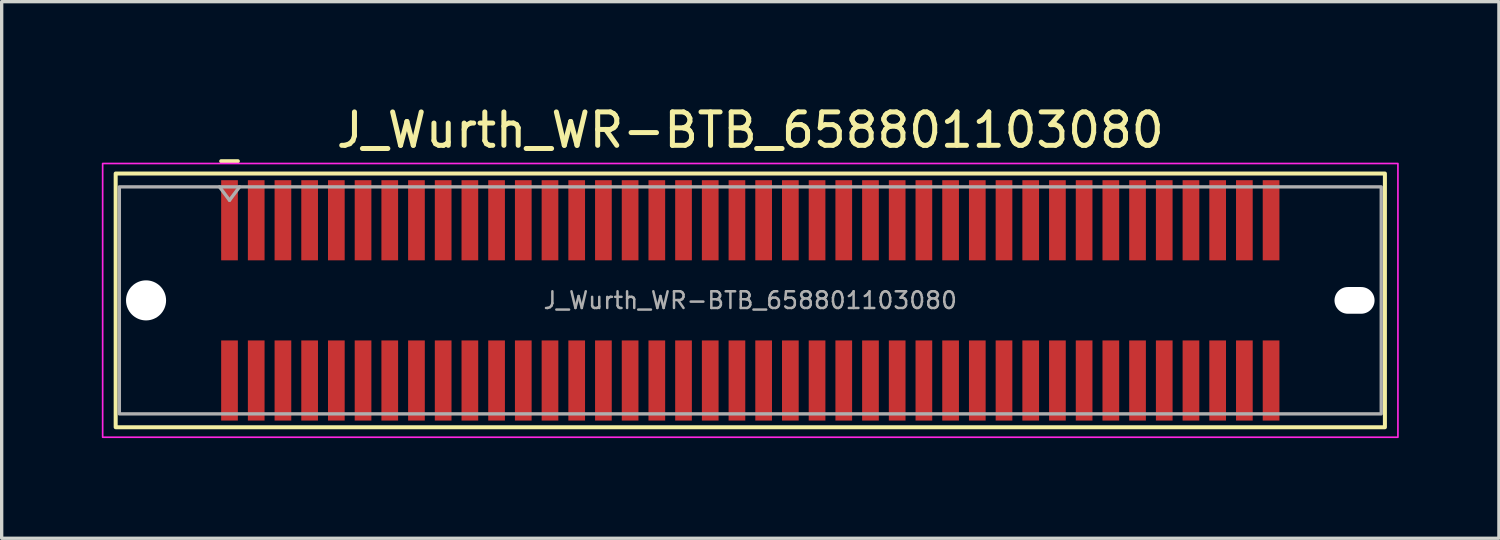
<source format=kicad_pcb>
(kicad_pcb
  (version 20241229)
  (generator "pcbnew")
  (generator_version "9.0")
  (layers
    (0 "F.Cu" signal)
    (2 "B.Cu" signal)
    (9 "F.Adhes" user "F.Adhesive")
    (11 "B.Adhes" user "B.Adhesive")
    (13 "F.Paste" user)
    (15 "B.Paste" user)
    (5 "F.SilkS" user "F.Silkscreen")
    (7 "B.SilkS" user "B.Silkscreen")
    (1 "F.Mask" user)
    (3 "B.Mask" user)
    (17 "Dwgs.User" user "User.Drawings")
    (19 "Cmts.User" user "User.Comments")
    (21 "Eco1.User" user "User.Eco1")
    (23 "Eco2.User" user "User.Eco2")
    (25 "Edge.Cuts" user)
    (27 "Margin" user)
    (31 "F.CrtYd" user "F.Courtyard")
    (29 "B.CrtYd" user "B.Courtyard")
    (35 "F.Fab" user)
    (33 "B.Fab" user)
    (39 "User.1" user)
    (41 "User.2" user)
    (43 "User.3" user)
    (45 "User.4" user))
  (footprint "J_Wurth_WR-BTB_658801103080"
    (layer "F.Cu")
    (at 19.425 5.948)
    (property "Reference" "J_Wurth_WR-BTB_658801103080" (at 0 -5.1 0) (layer "F.SilkS") (effects (font (size 1 1) (thickness 0.15))))
    (attr through_hole)
    (fp_line (start -15.35 -4.17) (end -15.85 -4.17) (stroke (width 0.12) (type solid)) (layer "F.SilkS"))
    (fp_rect (start -19.01 -3.8) (end 19.01 3.8) (stroke (width 0.12) (type solid)) (fill no) (layer "F.SilkS"))
    (fp_rect (start -19.4 -4.1) (end 19.4 4.1) (stroke (width 0.05) (type solid)) (fill no) (layer "F.CrtYd"))
    (fp_line (start -15.9 -3.4) (end -15.6 -3) (stroke (width 0.1) (type default)) (layer "F.Fab"))
    (fp_line (start -15.6 -3) (end -15.3 -3.4) (stroke (width 0.1) (type default)) (layer "F.Fab"))
    (fp_rect (start -18.9 -3.4) (end 18.9 3.4) (stroke (width 0.1) (type solid)) (fill no) (layer "F.Fab"))
    (fp_text user "${REFERENCE}" (at 0 0 0) (unlocked yes) (layer "F.Fab") (effects (font (size 0.5 0.5) (thickness 0.075))))
    (pad "" np_thru_hole circle (at -18.1 0) (size 1.2 1.2) (drill 1.2) (layers "*.Cu" "*.Mask"))
    (pad "" np_thru_hole oval (at 18.1 0) (size 1.2 0.8) (drill oval 1.2 0.8) (layers "*.Cu" "*.Mask"))
    (pad "1" smd rect (at -15.6 -2.4) (size 0.5 2.4) (layers "F.Cu" "F.Mask" "F.Paste"))
    (pad "2" smd rect (at -15.6 2.4) (size 0.5 2.4) (layers "F.Cu" "F.Mask" "F.Paste"))
    (pad "3" smd rect (at -14.8 -2.4) (size 0.5 2.4) (layers "F.Cu" "F.Mask" "F.Paste"))
    (pad "4" smd rect (at -14.8 2.4) (size 0.5 2.4) (layers "F.Cu" "F.Mask" "F.Paste"))
    (pad "5" smd rect (at -14 -2.4) (size 0.5 2.4) (layers "F.Cu" "F.Mask" "F.Paste"))
    (pad "6" smd rect (at -14 2.4) (size 0.5 2.4) (layers "F.Cu" "F.Mask" "F.Paste"))
    (pad "7" smd rect (at -13.2 -2.4) (size 0.5 2.4) (layers "F.Cu" "F.Mask" "F.Paste"))
    (pad "8" smd rect (at -13.2 2.4) (size 0.5 2.4) (layers "F.Cu" "F.Mask" "F.Paste"))
    (pad "9" smd rect (at -12.4 -2.4) (size 0.5 2.4) (layers "F.Cu" "F.Mask" "F.Paste"))
    (pad "10" smd rect (at -12.4 2.4) (size 0.5 2.4) (layers "F.Cu" "F.Mask" "F.Paste"))
    (pad "11" smd rect (at -11.6 -2.4) (size 0.5 2.4) (layers "F.Cu" "F.Mask" "F.Paste"))
    (pad "12" smd rect (at -11.6 2.4) (size 0.5 2.4) (layers "F.Cu" "F.Mask" "F.Paste"))
    (pad "13" smd rect (at -10.8 -2.4) (size 0.5 2.4) (layers "F.Cu" "F.Mask" "F.Paste"))
    (pad "14" smd rect (at -10.8 2.4) (size 0.5 2.4) (layers "F.Cu" "F.Mask" "F.Paste"))
    (pad "15" smd rect (at -10 -2.4) (size 0.5 2.4) (layers "F.Cu" "F.Mask" "F.Paste"))
    (pad "16" smd rect (at -10 2.4) (size 0.5 2.4) (layers "F.Cu" "F.Mask" "F.Paste"))
    (pad "17" smd rect (at -9.2 -2.4) (size 0.5 2.4) (layers "F.Cu" "F.Mask" "F.Paste"))
    (pad "18" smd rect (at -9.2 2.4) (size 0.5 2.4) (layers "F.Cu" "F.Mask" "F.Paste"))
    (pad "19" smd rect (at -8.4 -2.4) (size 0.5 2.4) (layers "F.Cu" "F.Mask" "F.Paste"))
    (pad "20" smd rect (at -8.4 2.4) (size 0.5 2.4) (layers "F.Cu" "F.Mask" "F.Paste"))
    (pad "21" smd rect (at -7.6 -2.4) (size 0.5 2.4) (layers "F.Cu" "F.Mask" "F.Paste"))
    (pad "22" smd rect (at -7.6 2.4) (size 0.5 2.4) (layers "F.Cu" "F.Mask" "F.Paste"))
    (pad "23" smd rect (at -6.8 -2.4) (size 0.5 2.4) (layers "F.Cu" "F.Mask" "F.Paste"))
    (pad "24" smd rect (at -6.8 2.4) (size 0.5 2.4) (layers "F.Cu" "F.Mask" "F.Paste"))
    (pad "25" smd rect (at -6 -2.4) (size 0.5 2.4) (layers "F.Cu" "F.Mask" "F.Paste"))
    (pad "26" smd rect (at -6 2.4) (size 0.5 2.4) (layers "F.Cu" "F.Mask" "F.Paste"))
    (pad "27" smd rect (at -5.2 -2.4) (size 0.5 2.4) (layers "F.Cu" "F.Mask" "F.Paste"))
    (pad "28" smd rect (at -5.2 2.4) (size 0.5 2.4) (layers "F.Cu" "F.Mask" "F.Paste"))
    (pad "29" smd rect (at -4.4 -2.4) (size 0.5 2.4) (layers "F.Cu" "F.Mask" "F.Paste"))
    (pad "30" smd rect (at -4.4 2.4) (size 0.5 2.4) (layers "F.Cu" "F.Mask" "F.Paste"))
    (pad "31" smd rect (at -3.6 -2.4) (size 0.5 2.4) (layers "F.Cu" "F.Mask" "F.Paste"))
    (pad "32" smd rect (at -3.6 2.4) (size 0.5 2.4) (layers "F.Cu" "F.Mask" "F.Paste"))
    (pad "33" smd rect (at -2.8 -2.4) (size 0.5 2.4) (layers "F.Cu" "F.Mask" "F.Paste"))
    (pad "34" smd rect (at -2.8 2.4) (size 0.5 2.4) (layers "F.Cu" "F.Mask" "F.Paste"))
    (pad "35" smd rect (at -2 -2.4) (size 0.5 2.4) (layers "F.Cu" "F.Mask" "F.Paste"))
    (pad "36" smd rect (at -2 2.4) (size 0.5 2.4) (layers "F.Cu" "F.Mask" "F.Paste"))
    (pad "37" smd rect (at -1.2 -2.4) (size 0.5 2.4) (layers "F.Cu" "F.Mask" "F.Paste"))
    (pad "38" smd rect (at -1.2 2.4) (size 0.5 2.4) (layers "F.Cu" "F.Mask" "F.Paste"))
    (pad "39" smd rect (at -0.4 -2.4) (size 0.5 2.4) (layers "F.Cu" "F.Mask" "F.Paste"))
    (pad "40" smd rect (at -0.4 2.4) (size 0.5 2.4) (layers "F.Cu" "F.Mask" "F.Paste"))
    (pad "41" smd rect (at 0.4 -2.4) (size 0.5 2.4) (layers "F.Cu" "F.Mask" "F.Paste"))
    (pad "42" smd rect (at 0.4 2.4) (size 0.5 2.4) (layers "F.Cu" "F.Mask" "F.Paste"))
    (pad "43" smd rect (at 1.2 -2.4) (size 0.5 2.4) (layers "F.Cu" "F.Mask" "F.Paste"))
    (pad "44" smd rect (at 1.2 2.4) (size 0.5 2.4) (layers "F.Cu" "F.Mask" "F.Paste"))
    (pad "45" smd rect (at 2 -2.4) (size 0.5 2.4) (layers "F.Cu" "F.Mask" "F.Paste"))
    (pad "46" smd rect (at 2 2.4) (size 0.5 2.4) (layers "F.Cu" "F.Mask" "F.Paste"))
    (pad "47" smd rect (at 2.8 -2.4) (size 0.5 2.4) (layers "F.Cu" "F.Mask" "F.Paste"))
    (pad "48" smd rect (at 2.8 2.4) (size 0.5 2.4) (layers "F.Cu" "F.Mask" "F.Paste"))
    (pad "49" smd rect (at 3.6 -2.4) (size 0.5 2.4) (layers "F.Cu" "F.Mask" "F.Paste"))
    (pad "50" smd rect (at 3.6 2.4) (size 0.5 2.4) (layers "F.Cu" "F.Mask" "F.Paste"))
    (pad "51" smd rect (at 4.4 -2.4) (size 0.5 2.4) (layers "F.Cu" "F.Mask" "F.Paste"))
    (pad "52" smd rect (at 4.4 2.4) (size 0.5 2.4) (layers "F.Cu" "F.Mask" "F.Paste"))
    (pad "53" smd rect (at 5.2 -2.4) (size 0.5 2.4) (layers "F.Cu" "F.Mask" "F.Paste"))
    (pad "54" smd rect (at 5.2 2.4) (size 0.5 2.4) (layers "F.Cu" "F.Mask" "F.Paste"))
    (pad "55" smd rect (at 6 -2.4) (size 0.5 2.4) (layers "F.Cu" "F.Mask" "F.Paste"))
    (pad "56" smd rect (at 6 2.4) (size 0.5 2.4) (layers "F.Cu" "F.Mask" "F.Paste"))
    (pad "57" smd rect (at 6.8 -2.4) (size 0.5 2.4) (layers "F.Cu" "F.Mask" "F.Paste"))
    (pad "58" smd rect (at 6.8 2.4) (size 0.5 2.4) (layers "F.Cu" "F.Mask" "F.Paste"))
    (pad "59" smd rect (at 7.6 -2.4) (size 0.5 2.4) (layers "F.Cu" "F.Mask" "F.Paste"))
    (pad "60" smd rect (at 7.6 2.4) (size 0.5 2.4) (layers "F.Cu" "F.Mask" "F.Paste"))
    (pad "61" smd rect (at 8.4 -2.4) (size 0.5 2.4) (layers "F.Cu" "F.Mask" "F.Paste"))
    (pad "62" smd rect (at 8.4 2.4) (size 0.5 2.4) (layers "F.Cu" "F.Mask" "F.Paste"))
    (pad "63" smd rect (at 9.2 -2.4) (size 0.5 2.4) (layers "F.Cu" "F.Mask" "F.Paste"))
    (pad "64" smd rect (at 9.2 2.4) (size 0.5 2.4) (layers "F.Cu" "F.Mask" "F.Paste"))
    (pad "65" smd rect (at 10 -2.4) (size 0.5 2.4) (layers "F.Cu" "F.Mask" "F.Paste"))
    (pad "66" smd rect (at 10 2.4) (size 0.5 2.4) (layers "F.Cu" "F.Mask" "F.Paste"))
    (pad "67" smd rect (at 10.8 -2.4) (size 0.5 2.4) (layers "F.Cu" "F.Mask" "F.Paste"))
    (pad "68" smd rect (at 10.8 2.4) (size 0.5 2.4) (layers "F.Cu" "F.Mask" "F.Paste"))
    (pad "69" smd rect (at 11.6 -2.4) (size 0.5 2.4) (layers "F.Cu" "F.Mask" "F.Paste"))
    (pad "70" smd rect (at 11.6 2.4) (size 0.5 2.4) (layers "F.Cu" "F.Mask" "F.Paste"))
    (pad "71" smd rect (at 12.4 -2.4) (size 0.5 2.4) (layers "F.Cu" "F.Mask" "F.Paste"))
    (pad "72" smd rect (at 12.4 2.4) (size 0.5 2.4) (layers "F.Cu" "F.Mask" "F.Paste"))
    (pad "73" smd rect (at 13.2 -2.4) (size 0.5 2.4) (layers "F.Cu" "F.Mask" "F.Paste"))
    (pad "74" smd rect (at 13.2 2.4) (size 0.5 2.4) (layers "F.Cu" "F.Mask" "F.Paste"))
    (pad "75" smd rect (at 14 -2.4) (size 0.5 2.4) (layers "F.Cu" "F.Mask" "F.Paste"))
    (pad "76" smd rect (at 14 2.4) (size 0.5 2.4) (layers "F.Cu" "F.Mask" "F.Paste"))
    (pad "77" smd rect (at 14.8 -2.4) (size 0.5 2.4) (layers "F.Cu" "F.Mask" "F.Paste"))
    (pad "78" smd rect (at 14.8 2.4) (size 0.5 2.4) (layers "F.Cu" "F.Mask" "F.Paste"))
    (pad "79" smd rect (at 15.6 -2.4) (size 0.5 2.4) (layers "F.Cu" "F.Mask" "F.Paste"))
    (pad "80" smd rect (at 15.6 2.4) (size 0.5 2.4) (layers "F.Cu" "F.Mask" "F.Paste")))
  (gr_rect
    (start -3 -3)
    (end 41.85 13.073)
    (stroke (width 0.1) (type default))
    (fill no)
    (layer "Edge.Cuts")))
</source>
